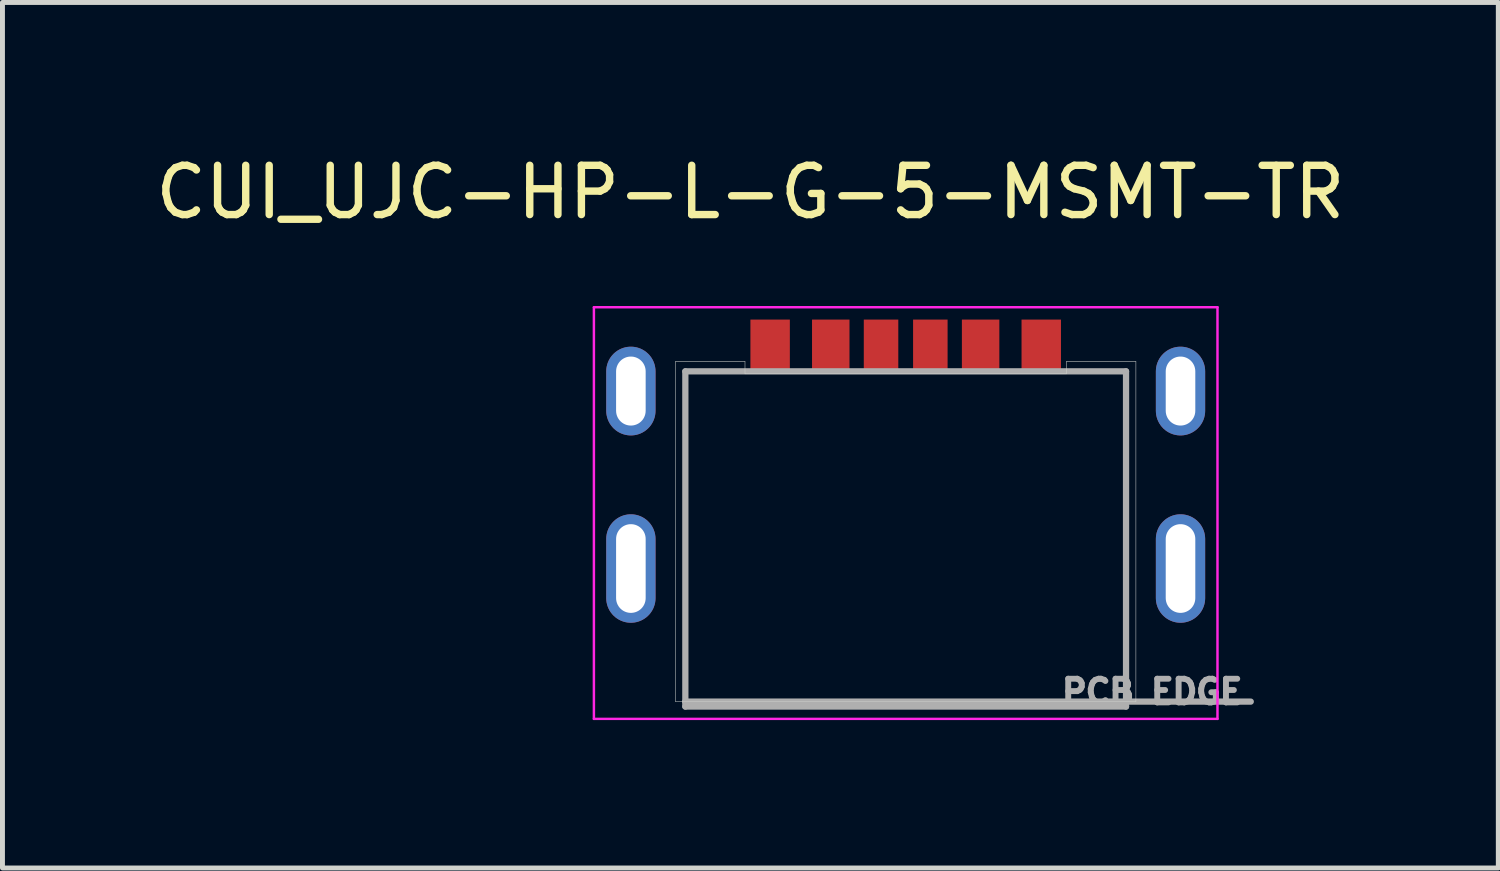
<source format=kicad_pcb>
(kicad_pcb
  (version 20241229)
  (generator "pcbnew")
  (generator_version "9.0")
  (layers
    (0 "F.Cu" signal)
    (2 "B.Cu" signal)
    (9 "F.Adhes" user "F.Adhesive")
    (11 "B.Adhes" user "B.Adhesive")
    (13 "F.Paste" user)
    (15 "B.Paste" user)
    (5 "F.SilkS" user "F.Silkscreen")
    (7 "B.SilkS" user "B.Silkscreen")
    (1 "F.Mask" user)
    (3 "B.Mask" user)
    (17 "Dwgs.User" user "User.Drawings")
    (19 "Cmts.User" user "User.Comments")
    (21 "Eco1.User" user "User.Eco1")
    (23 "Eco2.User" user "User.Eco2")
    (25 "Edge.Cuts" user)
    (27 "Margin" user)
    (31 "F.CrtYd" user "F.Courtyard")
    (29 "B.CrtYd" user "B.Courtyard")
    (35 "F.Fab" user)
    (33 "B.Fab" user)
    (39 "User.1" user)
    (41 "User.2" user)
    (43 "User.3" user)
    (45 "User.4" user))
  (footprint "CUI_UJC-HP-L-G-5-MSMT-TR"
    (layer "F.Cu")
    (at 15.323 8.483)
    (property "Reference" "CUI_UJC-HP-L-G-5-MSMT-TR" (at -3.15 -7.635 0) (layer "F.SilkS") (effects (font (size 1 1) (thickness 0.15))))
    (attr smd)
    (fp_line (start -4.67 -4.2) (end -3.26 -4.2) (stroke (width 0.01) (type solid)) (layer "Edge.Cuts"))
    (fp_line (start -4.67 2.7) (end -4.67 -4.2) (stroke (width 0.01) (type solid)) (layer "Edge.Cuts"))
    (fp_line (start -3.26 -4.2) (end -3.26 -3.95) (stroke (width 0.01) (type solid)) (layer "Edge.Cuts"))
    (fp_line (start -3.26 -3.95) (end 3.26 -3.95) (stroke (width 0.01) (type solid)) (layer "Edge.Cuts"))
    (fp_line (start 3.26 -4.2) (end 4.67 -4.2) (stroke (width 0.01) (type solid)) (layer "Edge.Cuts"))
    (fp_line (start 3.26 -3.95) (end 3.26 -4.2) (stroke (width 0.01) (type solid)) (layer "Edge.Cuts"))
    (fp_line (start 4.67 -4.2) (end 4.67 2.7) (stroke (width 0.01) (type solid)) (layer "Edge.Cuts"))
    (fp_line (start 4.67 2.7) (end -4.67 2.7) (stroke (width 0.01) (type solid)) (layer "Edge.Cuts"))
    (fp_line (start -6.325 -5.3) (end -6.325 3.05) (stroke (width 0.05) (type solid)) (layer "F.CrtYd"))
    (fp_line (start -6.325 3.05) (end 6.325 3.05) (stroke (width 0.05) (type solid)) (layer "F.CrtYd"))
    (fp_line (start 6.325 -5.3) (end -6.325 -5.3) (stroke (width 0.05) (type solid)) (layer "F.CrtYd"))
    (fp_line (start 6.325 3.05) (end 6.325 -5.3) (stroke (width 0.05) (type solid)) (layer "F.CrtYd"))
    (fp_line (start -4.47 -4) (end 4.47 -4) (stroke (width 0.127) (type solid)) (layer "F.Fab"))
    (fp_line (start -4.47 2.7) (end -4.47 -4) (stroke (width 0.127) (type solid)) (layer "F.Fab"))
    (fp_line (start -4.47 2.8) (end -4.47 2.7) (stroke (width 0.127) (type solid)) (layer "F.Fab"))
    (fp_line (start 4.47 -4) (end 4.47 2.8) (stroke (width 0.127) (type solid)) (layer "F.Fab"))
    (fp_line (start 4.47 2.8) (end -4.47 2.8) (stroke (width 0.127) (type solid)) (layer "F.Fab"))
    (fp_line (start 7 2.7) (end -4.47 2.7) (stroke (width 0.127) (type solid)) (layer "F.Fab"))
    (fp_text user "PCB EDGE" (at 5 2.5 0) (layer "F.Fab") (effects (font (size 0.48 0.48) (thickness 0.15))))
    (pad "A5" smd rect (at -0.5 -4.5) (size 0.7 1.1) (layers "F.Cu" "F.Mask" "F.Paste"))
    (pad "A9" smd rect (at 1.52 -4.5) (size 0.76 1.1) (layers "F.Cu" "F.Mask" "F.Paste"))
    (pad "A12" smd rect (at 2.75 -4.5) (size 0.8 1.1) (layers "F.Cu" "F.Mask" "F.Paste"))
    (pad "B5" smd rect (at 0.5 -4.5) (size 0.7 1.1) (layers "F.Cu" "F.Mask" "F.Paste"))
    (pad "B9" smd rect (at -1.52 -4.5) (size 0.76 1.1) (layers "F.Cu" "F.Mask" "F.Paste"))
    (pad "B12" smd rect (at -2.75 -4.5) (size 0.8 1.1) (layers "F.Cu" "F.Mask" "F.Paste"))
    (pad "SH1" thru_hole oval (at -5.575 0) (size 1 2.2) (drill oval 0.6 1.8) (layers "*.Cu" "*.Mask"))
    (pad "SH2" thru_hole oval (at 5.575 0) (size 1 2.2) (drill oval 0.6 1.8) (layers "*.Cu" "*.Mask"))
    (pad "SH3" thru_hole oval (at -5.575 -3.6) (size 1 1.8) (drill oval 0.6 1.4) (layers "*.Cu" "*.Mask"))
    (pad "SH4" thru_hole oval (at 5.575 -3.6) (size 1 1.8) (drill oval 0.6 1.4) (layers "*.Cu" "*.Mask")))
  (gr_rect
    (start -3 -3)
    (end 27.345 14.558)
    (stroke (width 0.1) (type default))
    (fill no)
    (layer "Edge.Cuts")))
</source>
